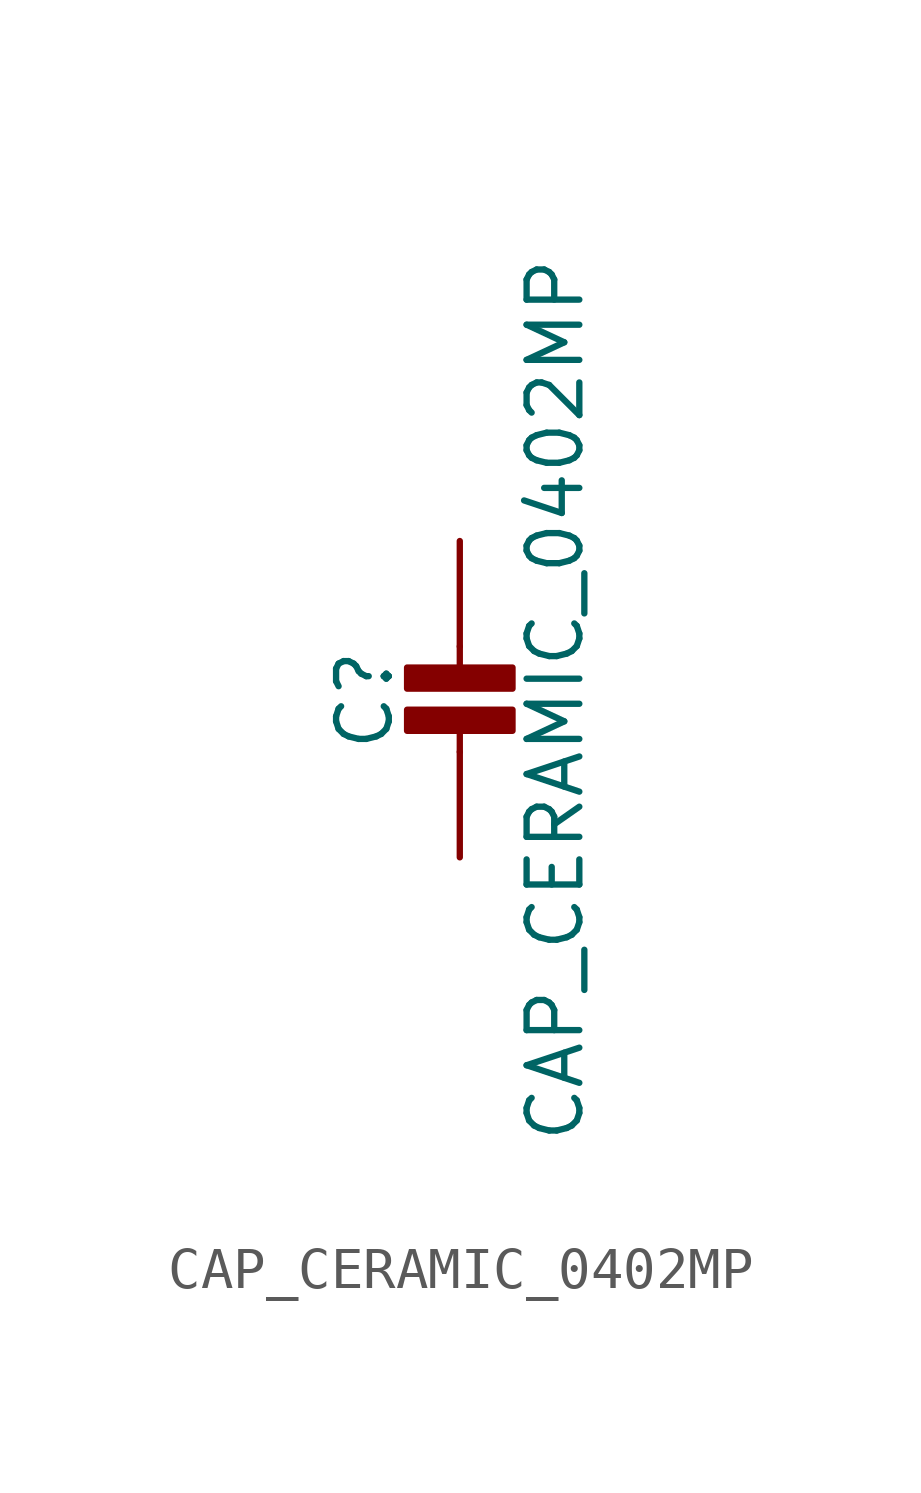
<source format=kicad_sym>
(kicad_symbol_lib
  (version 20211014)
  (generator kicad_symbol_editor)
  (symbol "CAP_CERAMIC_0402MP"
    (property "Reference" "C"
      (at -2.29 1.25 90)
      (effects (font (size 1.27 1.27))))
    (property "Value" "CAP_CERAMIC_0402MP"
      (at 2.3 1.25 90)
      (effects (font (size 1.27 1.27))))
    (property "ki_locked" ""
      (at 0 0 0)
      (effects (font (size 1.27 1.27))))
    (symbol "CAP_CERAMIC_0402MP_1_0"
      (rectangle (start -1.27 0.508) (end 1.27 1.016) (stroke (width 0) (type default) (color 0 0 0 0)) (fill (type outline)))
      (rectangle (start -1.27 1.524) (end 1.27 2.032) (stroke (width 0) (type default) (color 0 0 0 0)) (fill (type outline)))
      (polyline (pts (xy 0 0.762) (xy 0 0)) (stroke (width 0.152) (type default) (color 0 0 0 0)) (fill (type none)))
      (polyline (pts (xy 0 2.54) (xy 0 1.778)) (stroke (width 0.152) (type default) (color 0 0 0 0)) (fill (type none)))
      (pin passive line (at 0 5.08 270) (length 2.54) (name "1" (effects (font (size 0 0)))) (number "1" (effects (font (size 0 0)))))
      (pin passive line (at 0 -2.54 90) (length 2.54) (name "2" (effects (font (size 0 0)))) (number "2" (effects (font (size 0 0))))))))
</source>
